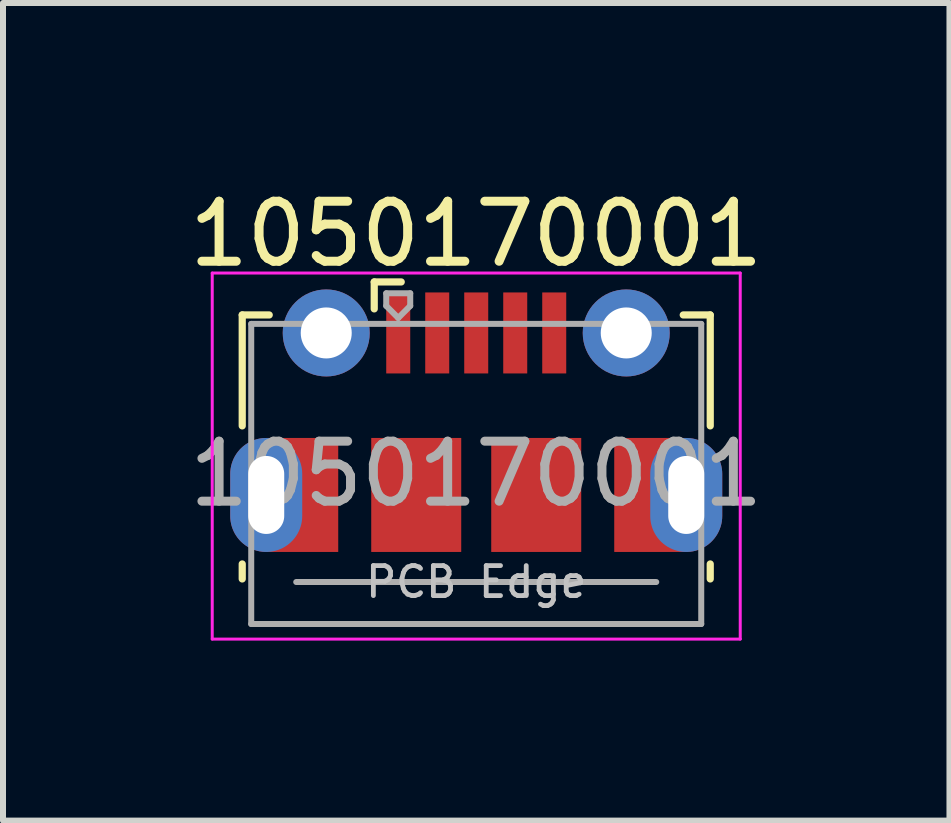
<source format=kicad_pcb>
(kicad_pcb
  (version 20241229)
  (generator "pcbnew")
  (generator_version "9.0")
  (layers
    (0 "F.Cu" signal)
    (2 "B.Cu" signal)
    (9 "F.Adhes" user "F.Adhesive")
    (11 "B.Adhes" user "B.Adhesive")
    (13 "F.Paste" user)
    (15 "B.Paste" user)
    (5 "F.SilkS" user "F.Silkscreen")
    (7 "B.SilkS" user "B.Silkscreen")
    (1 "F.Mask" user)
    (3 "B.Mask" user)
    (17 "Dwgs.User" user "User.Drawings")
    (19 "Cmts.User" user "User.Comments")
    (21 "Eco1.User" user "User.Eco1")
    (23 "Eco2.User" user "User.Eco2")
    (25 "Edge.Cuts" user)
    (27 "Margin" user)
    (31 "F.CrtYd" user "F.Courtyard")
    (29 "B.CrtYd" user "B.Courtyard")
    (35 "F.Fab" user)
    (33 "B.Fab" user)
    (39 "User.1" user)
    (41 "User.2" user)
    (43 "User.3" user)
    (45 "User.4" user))
  (footprint "1050170001"
    (layer "F.Cu")
    (at 4.887 3.961)
    (property "Reference" "1050170001" (at 0 -3.112 0) (layer "F.SilkS") (effects (font (size 1 1) (thickness 0.15))))
    (attr smd)
    (fp_line (start -3.9 -1.762) (end -3.45 -1.762) (stroke (width 0.12) (type solid)) (layer "F.SilkS"))
    (fp_line (start -3.9 0.087) (end -3.9 -1.762) (stroke (width 0.12) (type solid)) (layer "F.SilkS"))
    (fp_line (start -3.9 2.638) (end -3.9 2.388) (stroke (width 0.12) (type solid)) (layer "F.SilkS"))
    (fp_line (start -1.7 -2.312) (end -1.7 -1.863) (stroke (width 0.12) (type solid)) (layer "F.SilkS"))
    (fp_line (start -1.7 -2.312) (end -1.25 -2.312) (stroke (width 0.12) (type solid)) (layer "F.SilkS"))
    (fp_line (start 3.9 -1.762) (end 3.45 -1.762) (stroke (width 0.12) (type solid)) (layer "F.SilkS"))
    (fp_line (start 3.9 0.087) (end 3.9 -1.762) (stroke (width 0.12) (type solid)) (layer "F.SilkS"))
    (fp_line (start 3.9 2.638) (end 3.9 2.388) (stroke (width 0.12) (type solid)) (layer "F.SilkS"))
    (fp_line (start -4.4 -2.46) (end 4.4 -2.46) (stroke (width 0.05) (type solid)) (layer "F.CrtYd"))
    (fp_line (start -4.4 3.64) (end -4.4 -2.46) (stroke (width 0.05) (type solid)) (layer "F.CrtYd"))
    (fp_line (start -4.4 3.64) (end 4.4 3.64) (stroke (width 0.05) (type solid)) (layer "F.CrtYd"))
    (fp_line (start 4.4 -2.46) (end 4.4 3.64) (stroke (width 0.05) (type solid)) (layer "F.CrtYd"))
    (fp_line (start -3.75 -1.613) (end 3.75 -1.613) (stroke (width 0.1) (type solid)) (layer "F.Fab"))
    (fp_line (start -3.75 3.388) (end -3.75 -1.613) (stroke (width 0.1) (type solid)) (layer "F.Fab"))
    (fp_line (start -3.75 3.389) (end 3.75 3.389) (stroke (width 0.1) (type solid)) (layer "F.Fab"))
    (fp_line (start -3 2.689) (end 3 2.689) (stroke (width 0.1) (type solid)) (layer "F.Fab"))
    (fp_line (start -1.5 -2.123) (end -1.5 -1.913) (stroke (width 0.1) (type solid)) (layer "F.Fab"))
    (fp_line (start -1.5 -2.123) (end -1.1 -2.123) (stroke (width 0.1) (type solid)) (layer "F.Fab"))
    (fp_line (start -1.3 -1.712) (end -1.5 -1.913) (stroke (width 0.1) (type solid)) (layer "F.Fab"))
    (fp_line (start -1.1 -2.123) (end -1.1 -1.913) (stroke (width 0.1) (type solid)) (layer "F.Fab"))
    (fp_line (start -1.1 -1.913) (end -1.3 -1.712) (stroke (width 0.1) (type solid)) (layer "F.Fab"))
    (fp_line (start 3.75 3.388) (end 3.75 -1.613) (stroke (width 0.1) (type solid)) (layer "F.Fab"))
    (fp_text user "PCB Edge" (at 0 2.688 0) (layer "Dwgs.User") (effects (font (size 0.5 0.5) (thickness 0.08))))
    (fp_text user "${REFERENCE}" (at 0 0.887 0) (layer "F.Fab") (effects (font (size 1 1) (thickness 0.15))))
    (pad "1" smd rect (at -1.3 -1.462) (size 0.4 1.35) (layers "F.Cu" "F.Mask" "F.Paste"))
    (pad "2" smd rect (at -0.65 -1.462) (size 0.4 1.35) (layers "F.Cu" "F.Mask" "F.Paste"))
    (pad "3" smd rect (at 0 -1.462) (size 0.4 1.35) (layers "F.Cu" "F.Mask" "F.Paste"))
    (pad "4" smd rect (at 0.65 -1.462) (size 0.4 1.35) (layers "F.Cu" "F.Mask" "F.Paste"))
    (pad "5" smd rect (at 1.3 -1.462) (size 0.4 1.35) (layers "F.Cu" "F.Mask" "F.Paste"))
    (pad "6" thru_hole oval (at -3.5 1.238 180) (size 1.2 1.9) (drill oval 0.6 1.3) (layers "*.Mask" "F.Cu"))
    (pad "6" smd rect (at -2.9 1.238) (size 1.2 1.9) (layers "F.Cu" "F.Mask"))
    (pad "6" thru_hole circle (at -2.5 -1.462) (size 1.45 1.45) (drill 0.85) (layers "*.Mask" "F.Cu"))
    (pad "6" smd rect (at -1 1.238) (size 1.5 1.9) (layers "F.Cu" "F.Mask" "F.Paste"))
    (pad "6" smd rect (at 1 1.238) (size 1.5 1.9) (layers "F.Cu" "F.Mask" "F.Paste"))
    (pad "6" thru_hole circle (at 2.5 -1.462) (size 1.45 1.45) (drill 0.85) (layers "*.Mask" "F.Cu"))
    (pad "6" smd rect (at 2.9 1.238) (size 1.2 1.9) (layers "F.Cu" "F.Mask"))
    (pad "6" thru_hole oval (at 3.5 1.238) (size 1.2 1.9) (drill oval 0.6 1.3) (layers "*.Mask" "F.Cu")))
  (gr_rect
    (start -3 -3)
    (end 12.774 10.626)
    (stroke (width 0.1) (type default))
    (fill no)
    (layer "Edge.Cuts")))
</source>
